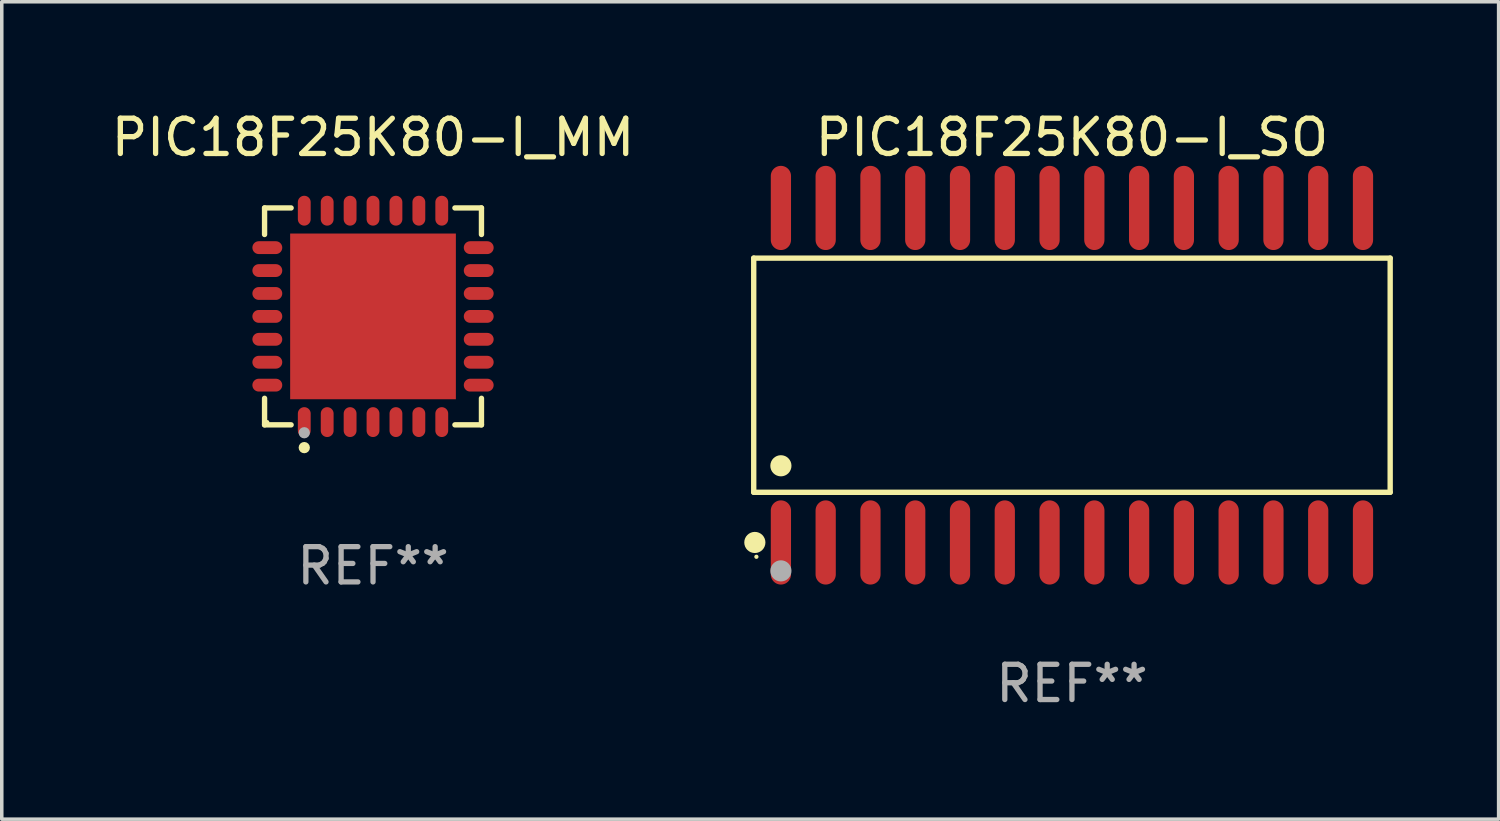
<source format=kicad_pcb>
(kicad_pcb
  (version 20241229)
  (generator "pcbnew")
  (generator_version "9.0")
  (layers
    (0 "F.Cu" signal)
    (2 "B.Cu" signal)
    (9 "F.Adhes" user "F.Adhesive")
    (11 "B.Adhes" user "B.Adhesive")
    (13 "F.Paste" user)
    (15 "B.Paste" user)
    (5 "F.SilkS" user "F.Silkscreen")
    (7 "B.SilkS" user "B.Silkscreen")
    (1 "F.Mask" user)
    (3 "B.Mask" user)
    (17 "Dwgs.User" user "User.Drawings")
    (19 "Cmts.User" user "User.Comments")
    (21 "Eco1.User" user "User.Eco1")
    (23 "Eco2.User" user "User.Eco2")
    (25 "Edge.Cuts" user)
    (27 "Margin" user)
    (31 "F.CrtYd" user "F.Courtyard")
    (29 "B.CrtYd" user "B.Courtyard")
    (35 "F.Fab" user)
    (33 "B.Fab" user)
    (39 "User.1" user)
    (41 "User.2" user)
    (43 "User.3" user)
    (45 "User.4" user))
  (footprint "PIC18F25K80-I_MM"
    (layer "F.Cu")
    (at 7.53 5.924)
    (property "Reference" "PIC18F25K80-I_MM" (at 0 -5.076 0) (layer "F.SilkS") (effects (font (size 1 1) (thickness 0.15))))
    (attr through_hole)
    (fp_line (start -3.076 -3.076) (end -2.323 -3.076) (stroke (width 0.152) (type solid)) (layer "F.SilkS"))
    (fp_line (start -3.076 -2.323) (end -3.076 -3.076) (stroke (width 0.152) (type solid)) (layer "F.SilkS"))
    (fp_line (start -3.076 2.323) (end -3.076 3.076) (stroke (width 0.152) (type solid)) (layer "F.SilkS"))
    (fp_line (start -3.076 3.076) (end -2.323 3.076) (stroke (width 0.152) (type solid)) (layer "F.SilkS"))
    (fp_line (start 3.076 -3.076) (end 2.323 -3.076) (stroke (width 0.152) (type solid)) (layer "F.SilkS"))
    (fp_line (start 3.076 -2.323) (end 3.076 -3.076) (stroke (width 0.152) (type solid)) (layer "F.SilkS"))
    (fp_line (start 3.076 2.323) (end 3.076 3.076) (stroke (width 0.152) (type solid)) (layer "F.SilkS"))
    (fp_line (start 3.076 3.076) (end 2.323 3.076) (stroke (width 0.152) (type solid)) (layer "F.SilkS"))
    (fp_circle (center -3 3) (end -2.97 3) (stroke (width 0.06) (type solid)) (fill no) (layer "F.SilkS"))
    (fp_circle (center -1.95 3.722) (end -1.87 3.722) (stroke (width 0.16) (type solid)) (fill no) (layer "F.SilkS"))
    (fp_circle (center -1.95 3.3) (end -1.87 3.3) (stroke (width 0.16) (type solid)) (fill no) (layer "F.Fab"))
    (fp_text user "REF**" (at 0 7.076 0) (layer "F.Fab") (effects (font (size 1 1) (thickness 0.15))))
    (pad "1" smd oval (at -1.95 2.998) (size 0.364 0.847) (layers "F.Cu" "F.Mask" "F.Paste"))
    (pad "2" smd oval (at -1.3 2.998) (size 0.364 0.847) (layers "F.Cu" "F.Mask" "F.Paste"))
    (pad "3" smd oval (at -0.65 2.998) (size 0.364 0.847) (layers "F.Cu" "F.Mask" "F.Paste"))
    (pad "4" smd oval (at 0 2.998) (size 0.364 0.847) (layers "F.Cu" "F.Mask" "F.Paste"))
    (pad "5" smd oval (at 0.65 2.998) (size 0.364 0.847) (layers "F.Cu" "F.Mask" "F.Paste"))
    (pad "6" smd oval (at 1.3 2.998) (size 0.364 0.847) (layers "F.Cu" "F.Mask" "F.Paste"))
    (pad "7" smd oval (at 1.95 2.998) (size 0.364 0.847) (layers "F.Cu" "F.Mask" "F.Paste"))
    (pad "8" smd oval (at 2.998 1.95) (size 0.847 0.364) (layers "F.Cu" "F.Mask" "F.Paste"))
    (pad "9" smd oval (at 2.998 1.3) (size 0.847 0.364) (layers "F.Cu" "F.Mask" "F.Paste"))
    (pad "10" smd oval (at 2.998 0.65) (size 0.847 0.364) (layers "F.Cu" "F.Mask" "F.Paste"))
    (pad "11" smd oval (at 2.998 0) (size 0.847 0.364) (layers "F.Cu" "F.Mask" "F.Paste"))
    (pad "12" smd oval (at 2.998 -0.65) (size 0.847 0.364) (layers "F.Cu" "F.Mask" "F.Paste"))
    (pad "13" smd oval (at 2.998 -1.3) (size 0.847 0.364) (layers "F.Cu" "F.Mask" "F.Paste"))
    (pad "14" smd oval (at 2.998 -1.95) (size 0.847 0.364) (layers "F.Cu" "F.Mask" "F.Paste"))
    (pad "15" smd oval (at 1.95 -2.998) (size 0.364 0.847) (layers "F.Cu" "F.Mask" "F.Paste"))
    (pad "16" smd oval (at 1.3 -2.998) (size 0.364 0.847) (layers "F.Cu" "F.Mask" "F.Paste"))
    (pad "17" smd oval (at 0.65 -2.998) (size 0.364 0.847) (layers "F.Cu" "F.Mask" "F.Paste"))
    (pad "18" smd oval (at 0 -2.998) (size 0.364 0.847) (layers "F.Cu" "F.Mask" "F.Paste"))
    (pad "19" smd oval (at -0.65 -2.998) (size 0.364 0.847) (layers "F.Cu" "F.Mask" "F.Paste"))
    (pad "20" smd oval (at -1.3 -2.998) (size 0.364 0.847) (layers "F.Cu" "F.Mask" "F.Paste"))
    (pad "21" smd oval (at -1.95 -2.998) (size 0.364 0.847) (layers "F.Cu" "F.Mask" "F.Paste"))
    (pad "22" smd oval (at -2.998 -1.95) (size 0.847 0.364) (layers "F.Cu" "F.Mask" "F.Paste"))
    (pad "23" smd oval (at -2.998 -1.3) (size 0.847 0.364) (layers "F.Cu" "F.Mask" "F.Paste"))
    (pad "24" smd oval (at -2.998 -0.65) (size 0.847 0.364) (layers "F.Cu" "F.Mask" "F.Paste"))
    (pad "25" smd oval (at -2.998 0) (size 0.847 0.364) (layers "F.Cu" "F.Mask" "F.Paste"))
    (pad "26" smd oval (at -2.998 0.65) (size 0.847 0.364) (layers "F.Cu" "F.Mask" "F.Paste"))
    (pad "27" smd oval (at -2.998 1.3) (size 0.847 0.364) (layers "F.Cu" "F.Mask" "F.Paste"))
    (pad "28" smd oval (at -2.998 1.95) (size 0.847 0.364) (layers "F.Cu" "F.Mask" "F.Paste"))
    (pad "29" smd rect (at 0 0) (size 4.7 4.7) (layers "F.Cu" "F.Mask" "F.Paste")))
  (footprint "PIC18F25K80-I_SO"
    (layer "F.Cu")
    (at 27.354 7.592)
    (property "Reference" "PIC18F25K80-I_SO" (at 0 -6.744 0) (layer "F.SilkS") (effects (font (size 1 1) (thickness 0.15))))
    (attr through_hole)
    (fp_line (start -9.026 -3.321) (end 9.026 -3.321) (stroke (width 0.152) (type solid)) (layer "F.SilkS"))
    (fp_line (start -9.026 3.321) (end -9.026 -3.321) (stroke (width 0.152) (type solid)) (layer "F.SilkS"))
    (fp_line (start 9.026 -3.321) (end 9.026 3.321) (stroke (width 0.152) (type solid)) (layer "F.SilkS"))
    (fp_line (start 9.026 3.321) (end -9.026 3.321) (stroke (width 0.152) (type solid)) (layer "F.SilkS"))
    (fp_circle (center -8.994 4.744) (end -8.844 4.744) (stroke (width 0.3) (type solid)) (fill no) (layer "F.SilkS"))
    (fp_circle (center -8.95 5.15) (end -8.92 5.15) (stroke (width 0.06) (type solid)) (fill no) (layer "F.SilkS"))
    (fp_circle (center -8.255 2.569) (end -8.105 2.569) (stroke (width 0.3) (type solid)) (fill no) (layer "F.SilkS"))
    (fp_circle (center -8.255 5.55) (end -8.105 5.55) (stroke (width 0.3) (type solid)) (fill no) (layer "F.Fab"))
    (fp_text user "REF**" (at 0 8.744 0) (layer "F.Fab") (effects (font (size 1 1) (thickness 0.15))))
    (pad "1" smd oval (at -8.255 4.744) (size 0.574 2.388) (layers "F.Cu" "F.Mask" "F.Paste"))
    (pad "2" smd oval (at -6.985 4.744) (size 0.574 2.388) (layers "F.Cu" "F.Mask" "F.Paste"))
    (pad "3" smd oval (at -5.715 4.744) (size 0.574 2.388) (layers "F.Cu" "F.Mask" "F.Paste"))
    (pad "4" smd oval (at -4.445 4.744) (size 0.574 2.388) (layers "F.Cu" "F.Mask" "F.Paste"))
    (pad "5" smd oval (at -3.175 4.744) (size 0.574 2.388) (layers "F.Cu" "F.Mask" "F.Paste"))
    (pad "6" smd oval (at -1.905 4.744) (size 0.574 2.388) (layers "F.Cu" "F.Mask" "F.Paste"))
    (pad "7" smd oval (at -0.635 4.744) (size 0.574 2.388) (layers "F.Cu" "F.Mask" "F.Paste"))
    (pad "8" smd oval (at 0.635 4.744) (size 0.574 2.388) (layers "F.Cu" "F.Mask" "F.Paste"))
    (pad "9" smd oval (at 1.905 4.744) (size 0.574 2.388) (layers "F.Cu" "F.Mask" "F.Paste"))
    (pad "10" smd oval (at 3.175 4.744) (size 0.574 2.388) (layers "F.Cu" "F.Mask" "F.Paste"))
    (pad "11" smd oval (at 4.445 4.744) (size 0.574 2.388) (layers "F.Cu" "F.Mask" "F.Paste"))
    (pad "12" smd oval (at 5.715 4.744) (size 0.574 2.388) (layers "F.Cu" "F.Mask" "F.Paste"))
    (pad "13" smd oval (at 6.985 4.744) (size 0.574 2.388) (layers "F.Cu" "F.Mask" "F.Paste"))
    (pad "14" smd oval (at 8.255 4.744) (size 0.574 2.388) (layers "F.Cu" "F.Mask" "F.Paste"))
    (pad "15" smd oval (at 8.255 -4.744) (size 0.574 2.388) (layers "F.Cu" "F.Mask" "F.Paste"))
    (pad "16" smd oval (at 6.985 -4.744) (size 0.574 2.388) (layers "F.Cu" "F.Mask" "F.Paste"))
    (pad "17" smd oval (at 5.715 -4.744) (size 0.574 2.388) (layers "F.Cu" "F.Mask" "F.Paste"))
    (pad "18" smd oval (at 4.445 -4.744) (size 0.574 2.388) (layers "F.Cu" "F.Mask" "F.Paste"))
    (pad "19" smd oval (at 3.175 -4.744) (size 0.574 2.388) (layers "F.Cu" "F.Mask" "F.Paste"))
    (pad "20" smd oval (at 1.905 -4.744) (size 0.574 2.388) (layers "F.Cu" "F.Mask" "F.Paste"))
    (pad "21" smd oval (at 0.635 -4.744) (size 0.574 2.388) (layers "F.Cu" "F.Mask" "F.Paste"))
    (pad "22" smd oval (at -0.635 -4.744) (size 0.574 2.388) (layers "F.Cu" "F.Mask" "F.Paste"))
    (pad "23" smd oval (at -1.905 -4.744) (size 0.574 2.388) (layers "F.Cu" "F.Mask" "F.Paste"))
    (pad "24" smd oval (at -3.175 -4.744) (size 0.574 2.388) (layers "F.Cu" "F.Mask" "F.Paste"))
    (pad "25" smd oval (at -4.445 -4.744) (size 0.574 2.388) (layers "F.Cu" "F.Mask" "F.Paste"))
    (pad "26" smd oval (at -5.715 -4.744) (size 0.574 2.388) (layers "F.Cu" "F.Mask" "F.Paste"))
    (pad "27" smd oval (at -6.985 -4.744) (size 0.574 2.388) (layers "F.Cu" "F.Mask" "F.Paste"))
    (pad "28" smd oval (at -8.255 -4.744) (size 0.574 2.388) (layers "F.Cu" "F.Mask" "F.Paste")))
  (gr_rect
    (start -3 -3)
    (end 39.456 20.184)
    (stroke (width 0.1) (type default))
    (fill no)
    (layer "Edge.Cuts")))
</source>
